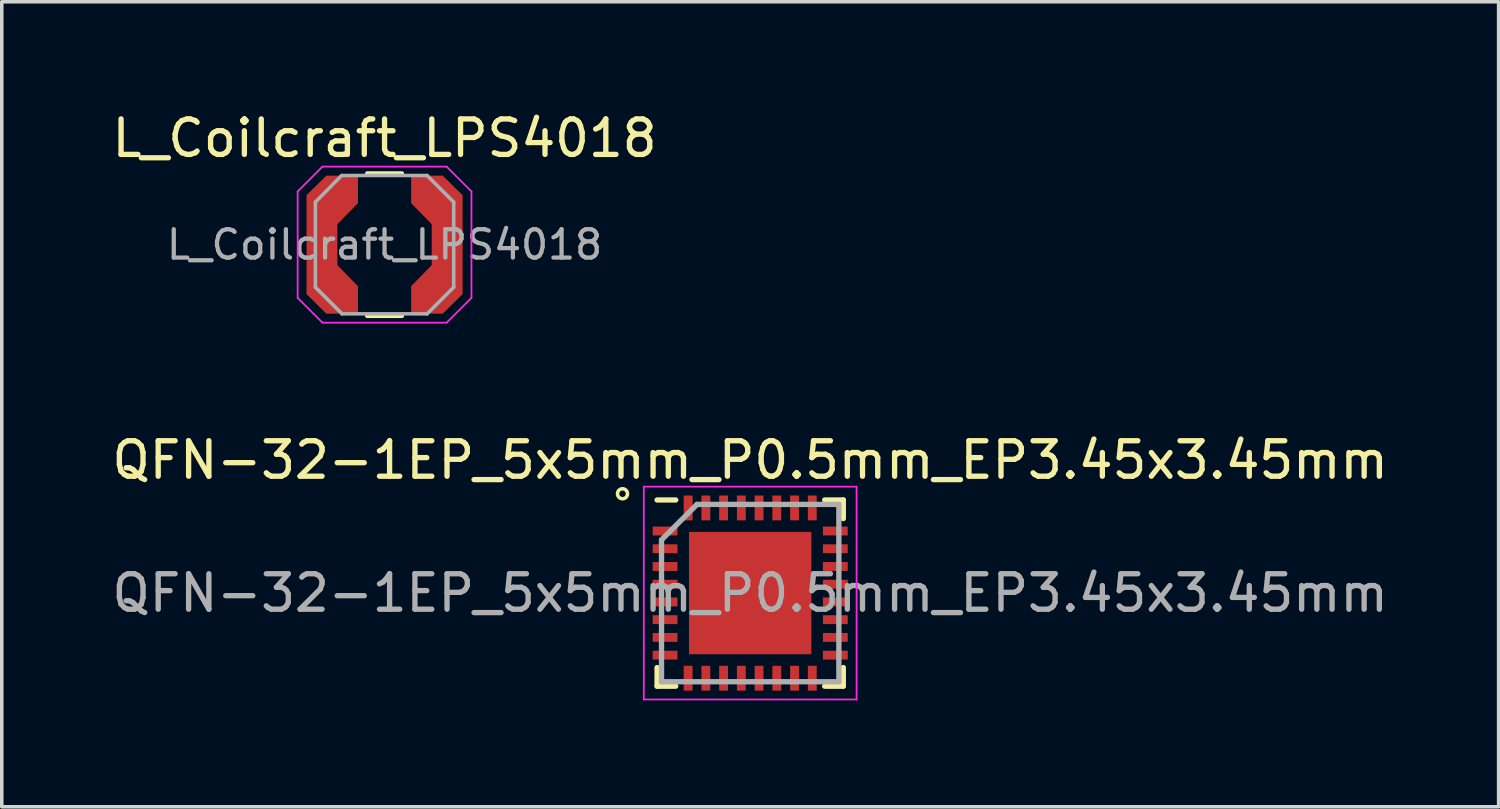
<source format=kicad_pcb>
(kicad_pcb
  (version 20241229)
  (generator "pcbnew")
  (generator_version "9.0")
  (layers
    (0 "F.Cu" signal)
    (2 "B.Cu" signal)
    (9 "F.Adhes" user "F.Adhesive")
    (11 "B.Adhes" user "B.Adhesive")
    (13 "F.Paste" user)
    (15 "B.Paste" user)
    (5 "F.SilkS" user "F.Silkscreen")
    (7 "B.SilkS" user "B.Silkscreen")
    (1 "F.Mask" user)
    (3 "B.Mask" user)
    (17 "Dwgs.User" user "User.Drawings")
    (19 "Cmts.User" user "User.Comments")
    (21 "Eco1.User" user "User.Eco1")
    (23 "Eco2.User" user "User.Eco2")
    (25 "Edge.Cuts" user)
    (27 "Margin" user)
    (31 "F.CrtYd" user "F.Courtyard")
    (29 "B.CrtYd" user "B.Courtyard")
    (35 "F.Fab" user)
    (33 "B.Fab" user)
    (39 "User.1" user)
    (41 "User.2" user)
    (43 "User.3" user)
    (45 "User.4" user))
  (footprint "QFN-32-1EP_5x5mm_P0.5mm_EP3.45x3.45mm"
    (layer "F.Cu")
    (at 18.101 13.671)
    (property "Reference" "QFN-32-1EP_5x5mm_P0.5mm_EP3.45x3.45mm" (at 0 -3.75 0) (layer "F.SilkS") (effects (font (size 1 1) (thickness 0.15))))
    (attr smd)
    (fp_line (start -2.625 -2.625) (end -2.1 -2.625) (stroke (width 0.15) (type solid)) (layer "F.SilkS"))
    (fp_line (start -2.625 2.625) (end -2.625 2.1) (stroke (width 0.15) (type solid)) (layer "F.SilkS"))
    (fp_line (start -2.625 2.625) (end -2.1 2.625) (stroke (width 0.15) (type solid)) (layer "F.SilkS"))
    (fp_line (start 2.625 -2.625) (end 2.1 -2.625) (stroke (width 0.15) (type solid)) (layer "F.SilkS"))
    (fp_line (start 2.625 -2.625) (end 2.625 -2.1) (stroke (width 0.15) (type solid)) (layer "F.SilkS"))
    (fp_line (start 2.625 2.625) (end 2.1 2.625) (stroke (width 0.15) (type solid)) (layer "F.SilkS"))
    (fp_line (start 2.625 2.625) (end 2.625 2.1) (stroke (width 0.15) (type solid)) (layer "F.SilkS"))
    (fp_circle (center -3.6 -2.8) (end -3.459 -2.8) (stroke (width 0.1) (type solid)) (fill no) (layer "F.SilkS"))
    (fp_line (start -3 -3) (end -3 3) (stroke (width 0.05) (type solid)) (layer "F.CrtYd"))
    (fp_line (start -3 -3) (end 3 -3) (stroke (width 0.05) (type solid)) (layer "F.CrtYd"))
    (fp_line (start -3 3) (end 3 3) (stroke (width 0.05) (type solid)) (layer "F.CrtYd"))
    (fp_line (start 3 -3) (end 3 3) (stroke (width 0.05) (type solid)) (layer "F.CrtYd"))
    (fp_line (start -2.5 -1.5) (end -1.5 -2.5) (stroke (width 0.15) (type solid)) (layer "F.Fab"))
    (fp_line (start -2.5 2.5) (end -2.5 -1.5) (stroke (width 0.15) (type solid)) (layer "F.Fab"))
    (fp_line (start -1.5 -2.5) (end 2.5 -2.5) (stroke (width 0.15) (type solid)) (layer "F.Fab"))
    (fp_line (start 2.5 -2.5) (end 2.5 2.5) (stroke (width 0.15) (type solid)) (layer "F.Fab"))
    (fp_line (start 2.5 2.5) (end -2.5 2.5) (stroke (width 0.15) (type solid)) (layer "F.Fab"))
    (fp_text user "${REFERENCE}" (at 0 0 0) (layer "F.Fab") (effects (font (size 1 1) (thickness 0.15))))
    (pad "" smd rect (at -1.15 -1.15) (size 0.92 0.92) (layers "F.Paste"))
    (pad "" smd rect (at -1.15 0) (size 0.92 0.92) (layers "F.Paste"))
    (pad "" smd rect (at -1.15 1.15) (size 0.92 0.92) (layers "F.Paste"))
    (pad "" smd rect (at 0 -1.15) (size 0.92 0.92) (layers "F.Paste"))
    (pad "" smd rect (at 0 0) (size 0.92 0.92) (layers "F.Paste"))
    (pad "" smd rect (at 0 1.15) (size 0.92 0.92) (layers "F.Paste"))
    (pad "" smd rect (at 1.15 -1.15) (size 0.92 0.92) (layers "F.Paste"))
    (pad "" smd rect (at 1.15 0) (size 0.92 0.92) (layers "F.Paste"))
    (pad "" smd rect (at 1.15 1.15) (size 0.92 0.92) (layers "F.Paste"))
    (pad "1" smd rect (at -2.4 -1.75) (size 0.7 0.25) (layers "F.Cu" "F.Mask" "F.Paste"))
    (pad "2" smd rect (at -2.4 -1.25) (size 0.7 0.25) (layers "F.Cu" "F.Mask" "F.Paste"))
    (pad "3" smd rect (at -2.4 -0.75) (size 0.7 0.25) (layers "F.Cu" "F.Mask" "F.Paste"))
    (pad "4" smd rect (at -2.4 -0.25) (size 0.7 0.25) (layers "F.Cu" "F.Mask" "F.Paste"))
    (pad "5" smd rect (at -2.4 0.25) (size 0.7 0.25) (layers "F.Cu" "F.Mask" "F.Paste"))
    (pad "6" smd rect (at -2.4 0.75) (size 0.7 0.25) (layers "F.Cu" "F.Mask" "F.Paste"))
    (pad "7" smd rect (at -2.4 1.25) (size 0.7 0.25) (layers "F.Cu" "F.Mask" "F.Paste"))
    (pad "8" smd rect (at -2.4 1.75) (size 0.7 0.25) (layers "F.Cu" "F.Mask" "F.Paste"))
    (pad "9" smd rect (at -1.75 2.4 90) (size 0.7 0.25) (layers "F.Cu" "F.Mask" "F.Paste"))
    (pad "10" smd rect (at -1.25 2.4 90) (size 0.7 0.25) (layers "F.Cu" "F.Mask" "F.Paste"))
    (pad "11" smd rect (at -0.75 2.4 90) (size 0.7 0.25) (layers "F.Cu" "F.Mask" "F.Paste"))
    (pad "12" smd rect (at -0.25 2.4 90) (size 0.7 0.25) (layers "F.Cu" "F.Mask" "F.Paste"))
    (pad "13" smd rect (at 0.25 2.4 90) (size 0.7 0.25) (layers "F.Cu" "F.Mask" "F.Paste"))
    (pad "14" smd rect (at 0.75 2.4 90) (size 0.7 0.25) (layers "F.Cu" "F.Mask" "F.Paste"))
    (pad "15" smd rect (at 1.25 2.4 90) (size 0.7 0.25) (layers "F.Cu" "F.Mask" "F.Paste"))
    (pad "16" smd rect (at 1.75 2.4 90) (size 0.7 0.25) (layers "F.Cu" "F.Mask" "F.Paste"))
    (pad "17" smd rect (at 2.4 1.75) (size 0.7 0.25) (layers "F.Cu" "F.Mask" "F.Paste"))
    (pad "18" smd rect (at 2.4 1.25) (size 0.7 0.25) (layers "F.Cu" "F.Mask" "F.Paste"))
    (pad "19" smd rect (at 2.4 0.75) (size 0.7 0.25) (layers "F.Cu" "F.Mask" "F.Paste"))
    (pad "20" smd rect (at 2.4 0.25) (size 0.7 0.25) (layers "F.Cu" "F.Mask" "F.Paste"))
    (pad "21" smd rect (at 2.4 -0.25) (size 0.7 0.25) (layers "F.Cu" "F.Mask" "F.Paste"))
    (pad "22" smd rect (at 2.4 -0.75) (size 0.7 0.25) (layers "F.Cu" "F.Mask" "F.Paste"))
    (pad "23" smd rect (at 2.4 -1.25) (size 0.7 0.25) (layers "F.Cu" "F.Mask" "F.Paste"))
    (pad "24" smd rect (at 2.4 -1.75) (size 0.7 0.25) (layers "F.Cu" "F.Mask" "F.Paste"))
    (pad "25" smd rect (at 1.75 -2.4 90) (size 0.7 0.25) (layers "F.Cu" "F.Mask" "F.Paste"))
    (pad "26" smd rect (at 1.25 -2.4 90) (size 0.7 0.25) (layers "F.Cu" "F.Mask" "F.Paste"))
    (pad "27" smd rect (at 0.75 -2.4 90) (size 0.7 0.25) (layers "F.Cu" "F.Mask" "F.Paste"))
    (pad "28" smd rect (at 0.25 -2.4 90) (size 0.7 0.25) (layers "F.Cu" "F.Mask" "F.Paste"))
    (pad "29" smd rect (at -0.25 -2.4 90) (size 0.7 0.25) (layers "F.Cu" "F.Mask" "F.Paste"))
    (pad "30" smd rect (at -0.75 -2.4 90) (size 0.7 0.25) (layers "F.Cu" "F.Mask" "F.Paste"))
    (pad "31" smd rect (at -1.25 -2.4 90) (size 0.7 0.25) (layers "F.Cu" "F.Mask" "F.Paste"))
    (pad "32" smd rect (at -1.75 -2.4 90) (size 0.7 0.25) (layers "F.Cu" "F.Mask" "F.Paste"))
    (pad "33" smd rect (at 0 0) (size 3.45 3.45) (layers "F.Cu" "F.Mask")))
  (footprint "L_Coilcraft_LPS4018"
    (layer "F.Cu")
    (at 7.792 3.848)
    (property "Reference" "L_Coilcraft_LPS4018" (at 0 -3 0) (layer "F.SilkS") (effects (font (size 1 1) (thickness 0.15))))
    (attr smd)
    (fp_line (start -0.49 -2.01) (end 0.49 -2.01) (stroke (width 0.12) (type solid)) (layer "F.SilkS"))
    (fp_line (start -0.49 2.01) (end 0.49 2.01) (stroke (width 0.12) (type solid)) (layer "F.SilkS"))
    (fp_line (start -2.45 -1.5) (end -2.45 1.5) (stroke (width 0.05) (type solid)) (layer "F.CrtYd"))
    (fp_line (start -1.75 -2.2) (end -2.45 -1.5) (stroke (width 0.05) (type solid)) (layer "F.CrtYd"))
    (fp_line (start -1.75 -2.2) (end 1.75 -2.2) (stroke (width 0.05) (type solid)) (layer "F.CrtYd"))
    (fp_line (start -1.75 2.2) (end -2.45 1.5) (stroke (width 0.05) (type solid)) (layer "F.CrtYd"))
    (fp_line (start -1.75 2.2) (end 1.75 2.2) (stroke (width 0.05) (type solid)) (layer "F.CrtYd"))
    (fp_line (start 1.75 -2.2) (end 2.45 -1.5) (stroke (width 0.05) (type solid)) (layer "F.CrtYd"))
    (fp_line (start 1.75 2.2) (end 2.45 1.5) (stroke (width 0.05) (type solid)) (layer "F.CrtYd"))
    (fp_line (start 2.45 -1.5) (end 2.45 1.5) (stroke (width 0.05) (type solid)) (layer "F.CrtYd"))
    (fp_line (start -1.95 -1.2) (end -1.21 -1.95) (stroke (width 0.1) (type solid)) (layer "F.Fab"))
    (fp_line (start -1.95 1.2) (end -1.95 -1.2) (stroke (width 0.1) (type solid)) (layer "F.Fab"))
    (fp_line (start -1.95 1.2) (end -1.2 1.95) (stroke (width 0.1) (type solid)) (layer "F.Fab"))
    (fp_line (start -1.2 -1.95) (end 1.2 -1.95) (stroke (width 0.1) (type solid)) (layer "F.Fab"))
    (fp_line (start 1.2 -1.95) (end 1.95 -1.2) (stroke (width 0.1) (type solid)) (layer "F.Fab"))
    (fp_line (start 1.2 1.95) (end -1.2 1.95) (stroke (width 0.1) (type solid)) (layer "F.Fab"))
    (fp_line (start 1.2 1.95) (end 1.95 1.2) (stroke (width 0.1) (type solid)) (layer "F.Fab"))
    (fp_line (start 1.95 -1.2) (end 1.95 1.2) (stroke (width 0.1) (type solid)) (layer "F.Fab"))
    (fp_text user "${REFERENCE}" (at 0 0 180) (layer "F.Fab") (effects (font (size 0.8 0.8) (thickness 0.12))))
    (pad "1" smd rect (at -1.765 0) (size 0.87 2.79) (layers "F.Cu" "F.Mask" "F.Paste"))
    (pad "1" smd rect (at -1.744 -1.493 134.5) (size 0.5 0.789) (layers "F.Cu" "F.Mask" "F.Paste"))
    (pad "1" smd rect (at -1.744 1.493 225.5) (size 0.5 0.789) (layers "F.Cu" "F.Mask" "F.Paste"))
    (pad "1" smd rect (at -1.219 -1.048 135.7) (size 0.5 0.831) (layers "F.Cu" "F.Mask" "F.Paste"))
    (pad "1" smd rect (at -1.219 1.048 224.3) (size 0.5 0.831) (layers "F.Cu" "F.Mask" "F.Paste"))
    (pad "1" smd rect (at -1.195 -1.558) (size 0.89 0.775) (layers "F.Cu" "F.Mask" "F.Paste"))
    (pad "1" smd rect (at -1.195 1.558) (size 0.89 0.775) (layers "F.Cu" "F.Mask" "F.Paste"))
    (pad "2" smd rect (at 1.195 -1.558) (size 0.89 0.775) (layers "F.Cu" "F.Mask" "F.Paste"))
    (pad "2" smd rect (at 1.195 1.558) (size 0.89 0.775) (layers "F.Cu" "F.Mask" "F.Paste"))
    (pad "2" smd rect (at 1.219 -1.048 224.3) (size 0.5 0.831) (layers "F.Cu" "F.Mask" "F.Paste"))
    (pad "2" smd rect (at 1.219 1.048 135.7) (size 0.5 0.831) (layers "F.Cu" "F.Mask" "F.Paste"))
    (pad "2" smd rect (at 1.744 -1.493 225.5) (size 0.5 0.789) (layers "F.Cu" "F.Mask" "F.Paste"))
    (pad "2" smd rect (at 1.744 1.493 134.5) (size 0.5 0.789) (layers "F.Cu" "F.Mask" "F.Paste"))
    (pad "2" smd rect (at 1.765 0) (size 0.87 2.79) (layers "F.Cu" "F.Mask" "F.Paste")))
  (gr_rect
    (start -3 -3)
    (end 39.202 19.697)
    (stroke (width 0.1) (type default))
    (fill no)
    (layer "Edge.Cuts")))
</source>
